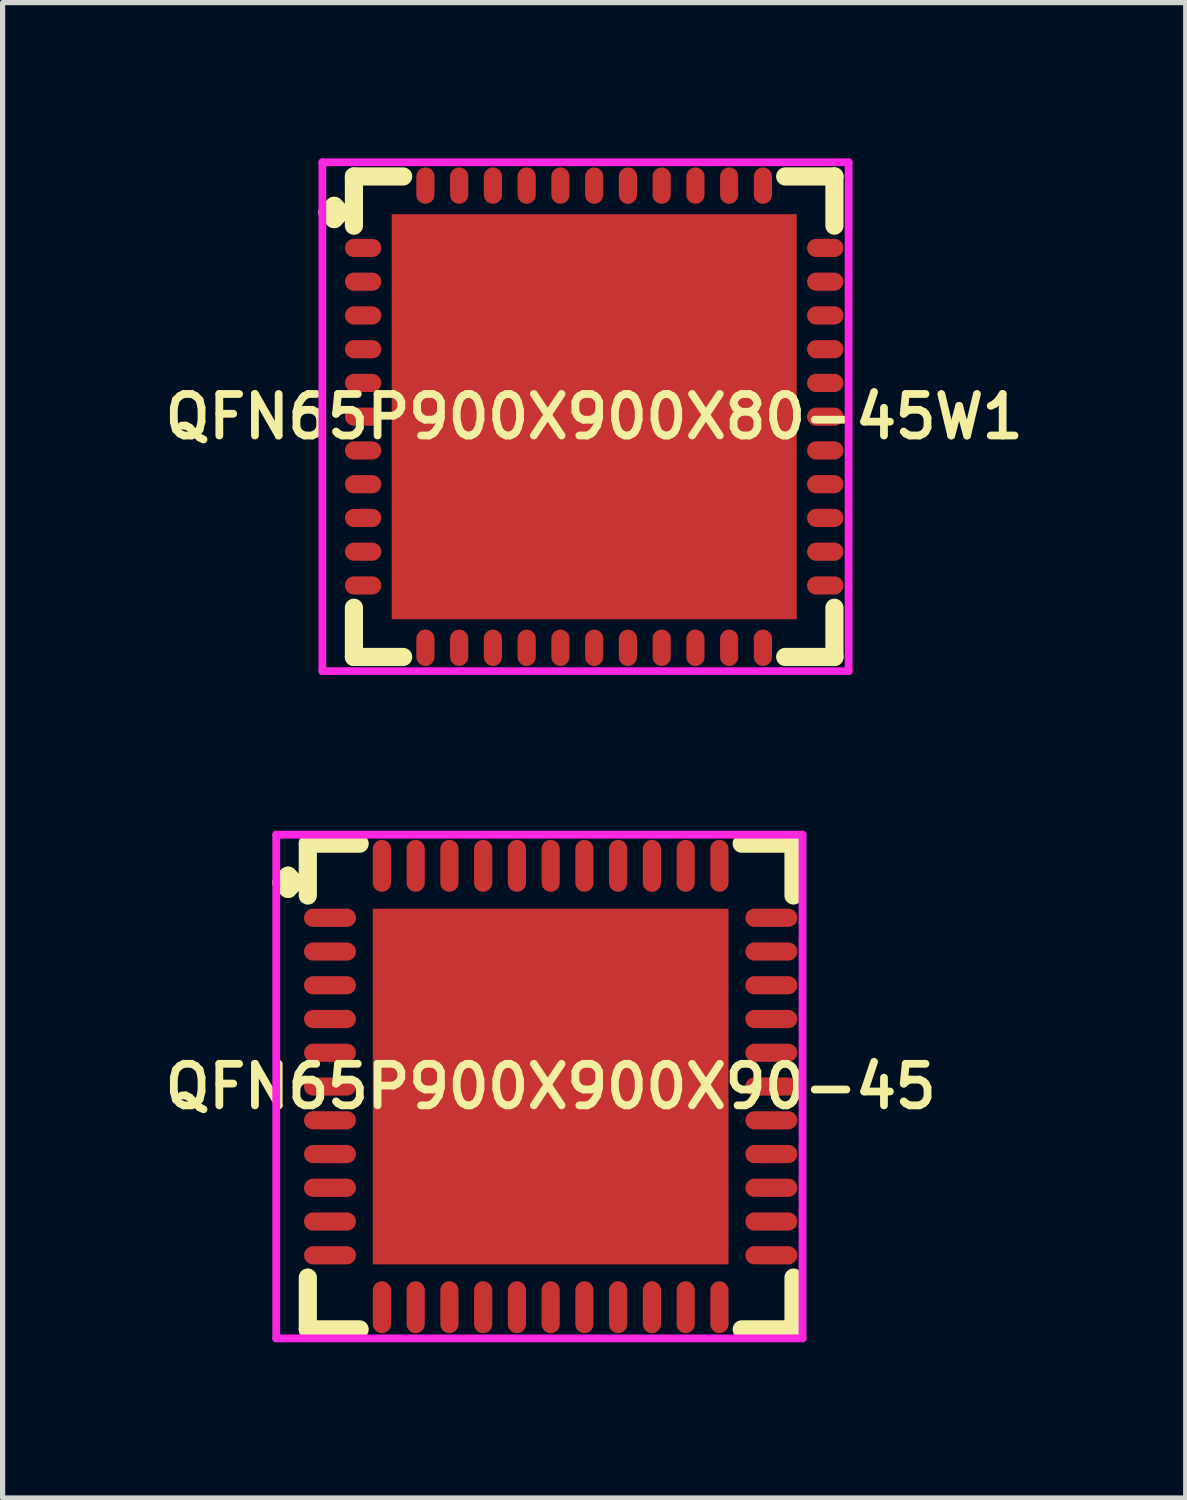
<source format=kicad_pcb>
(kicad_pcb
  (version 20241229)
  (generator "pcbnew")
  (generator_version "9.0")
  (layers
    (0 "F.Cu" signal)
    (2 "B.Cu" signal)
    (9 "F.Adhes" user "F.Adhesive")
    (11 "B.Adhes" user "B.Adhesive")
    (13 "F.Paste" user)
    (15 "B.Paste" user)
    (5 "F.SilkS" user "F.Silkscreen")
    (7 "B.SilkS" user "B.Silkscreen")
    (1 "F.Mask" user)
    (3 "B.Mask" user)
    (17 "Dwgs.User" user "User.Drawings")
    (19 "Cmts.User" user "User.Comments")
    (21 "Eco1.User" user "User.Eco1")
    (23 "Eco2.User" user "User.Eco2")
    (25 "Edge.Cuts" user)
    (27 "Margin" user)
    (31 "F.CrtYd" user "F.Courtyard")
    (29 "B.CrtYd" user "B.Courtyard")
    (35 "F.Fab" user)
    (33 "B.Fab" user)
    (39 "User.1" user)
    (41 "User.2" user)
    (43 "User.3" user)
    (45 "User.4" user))
  (footprint "QFN65P900X900X80-45W1"
    (layer "F.Cu")
    (at 8.393 4.975)
    (property "Reference" "QFN65P900X900X80-45W1" (at 0 0 0) (layer "F.SilkS") (effects (font (size 0.8 0.8) (thickness 0.15))))
    (attr smd)
    (fp_line (start -5.135 -3.933) (end -5.008 -4.06) (stroke (width 0.35) (type solid)) (layer "F.SilkS"))
    (fp_line (start -5.008 -4.06) (end -4.881 -3.933) (stroke (width 0.35) (type solid)) (layer "F.SilkS"))
    (fp_line (start -5.008 -3.806) (end -5.135 -3.933) (stroke (width 0.35) (type solid)) (layer "F.SilkS"))
    (fp_line (start -4.881 -3.933) (end -5.008 -3.806) (stroke (width 0.35) (type solid)) (layer "F.SilkS"))
    (fp_line (start -4.627 -4.627) (end -3.679 -4.627) (stroke (width 0.35) (type solid)) (layer "F.SilkS"))
    (fp_line (start -4.627 -3.679) (end -4.627 -4.627) (stroke (width 0.35) (type solid)) (layer "F.SilkS"))
    (fp_line (start -4.627 3.679) (end -4.627 4.627) (stroke (width 0.35) (type solid)) (layer "F.SilkS"))
    (fp_line (start -4.627 4.627) (end -3.679 4.627) (stroke (width 0.35) (type solid)) (layer "F.SilkS"))
    (fp_line (start 3.679 -4.627) (end 4.627 -4.627) (stroke (width 0.35) (type solid)) (layer "F.SilkS"))
    (fp_line (start 3.679 4.627) (end 4.627 4.627) (stroke (width 0.35) (type solid)) (layer "F.SilkS"))
    (fp_line (start 4.627 -4.627) (end 4.627 -3.679) (stroke (width 0.35) (type solid)) (layer "F.SilkS"))
    (fp_line (start 4.627 4.627) (end 4.627 3.679) (stroke (width 0.35) (type solid)) (layer "F.SilkS"))
    (fp_line (start -5.235 -4.9) (end 4.9 -4.9) (stroke (width 0.15) (type solid)) (layer "F.CrtYd"))
    (fp_line (start -5.235 4.9) (end -5.235 -4.9) (stroke (width 0.15) (type solid)) (layer "F.CrtYd"))
    (fp_line (start 4.9 -4.9) (end 4.9 4.9) (stroke (width 0.15) (type solid)) (layer "F.CrtYd"))
    (fp_line (start 4.9 4.9) (end -5.235 4.9) (stroke (width 0.15) (type solid)) (layer "F.CrtYd"))
    (pad "1" smd oval (at -4.45 -3.25) (size 0.7 0.35) (layers "F.Cu" "F.Mask" "F.Paste"))
    (pad "2" smd oval (at -4.45 -2.6) (size 0.7 0.35) (layers "F.Cu" "F.Mask" "F.Paste"))
    (pad "3" smd oval (at -4.45 -1.95) (size 0.7 0.35) (layers "F.Cu" "F.Mask" "F.Paste"))
    (pad "4" smd oval (at -4.45 -1.3) (size 0.7 0.35) (layers "F.Cu" "F.Mask" "F.Paste"))
    (pad "5" smd oval (at -4.45 -0.65) (size 0.7 0.35) (layers "F.Cu" "F.Mask" "F.Paste"))
    (pad "6" smd oval (at -4.45 0) (size 0.7 0.35) (layers "F.Cu" "F.Mask" "F.Paste"))
    (pad "7" smd oval (at -4.45 0.65) (size 0.7 0.35) (layers "F.Cu" "F.Mask" "F.Paste"))
    (pad "8" smd oval (at -4.45 1.3) (size 0.7 0.35) (layers "F.Cu" "F.Mask" "F.Paste"))
    (pad "9" smd oval (at -4.45 1.95) (size 0.7 0.35) (layers "F.Cu" "F.Mask" "F.Paste"))
    (pad "10" smd oval (at -4.45 2.6) (size 0.7 0.35) (layers "F.Cu" "F.Mask" "F.Paste"))
    (pad "11" smd oval (at -4.45 3.25) (size 0.7 0.35) (layers "F.Cu" "F.Mask" "F.Paste"))
    (pad "12" smd oval (at -3.25 4.45) (size 0.35 0.7) (layers "F.Cu" "F.Mask" "F.Paste"))
    (pad "13" smd oval (at -2.6 4.45) (size 0.35 0.7) (layers "F.Cu" "F.Mask" "F.Paste"))
    (pad "14" smd oval (at -1.95 4.45) (size 0.35 0.7) (layers "F.Cu" "F.Mask" "F.Paste"))
    (pad "15" smd oval (at -1.3 4.45) (size 0.35 0.7) (layers "F.Cu" "F.Mask" "F.Paste"))
    (pad "16" smd oval (at -0.65 4.45) (size 0.35 0.7) (layers "F.Cu" "F.Mask" "F.Paste"))
    (pad "17" smd oval (at 0 4.45) (size 0.35 0.7) (layers "F.Cu" "F.Mask" "F.Paste"))
    (pad "18" smd oval (at 0.65 4.45) (size 0.35 0.7) (layers "F.Cu" "F.Mask" "F.Paste"))
    (pad "19" smd oval (at 1.3 4.45) (size 0.35 0.7) (layers "F.Cu" "F.Mask" "F.Paste"))
    (pad "20" smd oval (at 1.95 4.45) (size 0.35 0.7) (layers "F.Cu" "F.Mask" "F.Paste"))
    (pad "21" smd oval (at 2.6 4.45) (size 0.35 0.7) (layers "F.Cu" "F.Mask" "F.Paste"))
    (pad "22" smd oval (at 3.25 4.45) (size 0.35 0.7) (layers "F.Cu" "F.Mask" "F.Paste"))
    (pad "23" smd oval (at 4.45 3.25) (size 0.7 0.35) (layers "F.Cu" "F.Mask" "F.Paste"))
    (pad "24" smd oval (at 4.45 2.6) (size 0.7 0.35) (layers "F.Cu" "F.Mask" "F.Paste"))
    (pad "25" smd oval (at 4.45 1.95) (size 0.7 0.35) (layers "F.Cu" "F.Mask" "F.Paste"))
    (pad "26" smd oval (at 4.45 1.3) (size 0.7 0.35) (layers "F.Cu" "F.Mask" "F.Paste"))
    (pad "27" smd oval (at 4.45 0.65) (size 0.7 0.35) (layers "F.Cu" "F.Mask" "F.Paste"))
    (pad "28" smd oval (at 4.45 0) (size 0.7 0.35) (layers "F.Cu" "F.Mask" "F.Paste"))
    (pad "29" smd oval (at 4.45 -0.65) (size 0.7 0.35) (layers "F.Cu" "F.Mask" "F.Paste"))
    (pad "30" smd oval (at 4.45 -1.3) (size 0.7 0.35) (layers "F.Cu" "F.Mask" "F.Paste"))
    (pad "31" smd oval (at 4.45 -1.95) (size 0.7 0.35) (layers "F.Cu" "F.Mask" "F.Paste"))
    (pad "32" smd oval (at 4.45 -2.6) (size 0.7 0.35) (layers "F.Cu" "F.Mask" "F.Paste"))
    (pad "33" smd oval (at 4.45 -3.25) (size 0.7 0.35) (layers "F.Cu" "F.Mask" "F.Paste"))
    (pad "34" smd oval (at 3.25 -4.45) (size 0.35 0.7) (layers "F.Cu" "F.Mask" "F.Paste"))
    (pad "35" smd oval (at 2.6 -4.45) (size 0.35 0.7) (layers "F.Cu" "F.Mask" "F.Paste"))
    (pad "36" smd oval (at 1.95 -4.45) (size 0.35 0.7) (layers "F.Cu" "F.Mask" "F.Paste"))
    (pad "37" smd oval (at 1.3 -4.45) (size 0.35 0.7) (layers "F.Cu" "F.Mask" "F.Paste"))
    (pad "38" smd oval (at 0.65 -4.45) (size 0.35 0.7) (layers "F.Cu" "F.Mask" "F.Paste"))
    (pad "39" smd oval (at 0 -4.45) (size 0.35 0.7) (layers "F.Cu" "F.Mask" "F.Paste"))
    (pad "40" smd oval (at -0.65 -4.45) (size 0.35 0.7) (layers "F.Cu" "F.Mask" "F.Paste"))
    (pad "41" smd oval (at -1.3 -4.45) (size 0.35 0.7) (layers "F.Cu" "F.Mask" "F.Paste"))
    (pad "42" smd oval (at -1.95 -4.45) (size 0.35 0.7) (layers "F.Cu" "F.Mask" "F.Paste"))
    (pad "43" smd oval (at -2.6 -4.45) (size 0.35 0.7) (layers "F.Cu" "F.Mask" "F.Paste"))
    (pad "44" smd oval (at -3.25 -4.45) (size 0.35 0.7) (layers "F.Cu" "F.Mask" "F.Paste"))
    (pad "45" smd rect (at 0 0) (size 7.8 7.8) (layers "F.Cu" "F.Mask" "F.Paste")))
  (footprint "QFN65P900X900X90-45"
    (layer "F.Cu")
    (at 7.555 17.875)
    (property "Reference" "QFN65P900X900X90-45" (at 0 0 0) (layer "F.SilkS") (effects (font (size 0.8 0.8) (thickness 0.15))))
    (attr smd)
    (fp_line (start -5.185 -3.933) (end -5.058 -4.06) (stroke (width 0.35) (type solid)) (layer "F.SilkS"))
    (fp_line (start -5.058 -4.06) (end -4.931 -3.933) (stroke (width 0.35) (type solid)) (layer "F.SilkS"))
    (fp_line (start -5.058 -3.806) (end -5.185 -3.933) (stroke (width 0.35) (type solid)) (layer "F.SilkS"))
    (fp_line (start -4.931 -3.933) (end -5.058 -3.806) (stroke (width 0.35) (type solid)) (layer "F.SilkS"))
    (fp_line (start -4.677 -4.677) (end -3.679 -4.677) (stroke (width 0.35) (type solid)) (layer "F.SilkS"))
    (fp_line (start -4.677 -3.679) (end -4.677 -4.677) (stroke (width 0.35) (type solid)) (layer "F.SilkS"))
    (fp_line (start -4.677 3.679) (end -4.677 4.677) (stroke (width 0.35) (type solid)) (layer "F.SilkS"))
    (fp_line (start -4.677 4.677) (end -3.679 4.677) (stroke (width 0.35) (type solid)) (layer "F.SilkS"))
    (fp_line (start 3.679 -4.677) (end 4.677 -4.677) (stroke (width 0.35) (type solid)) (layer "F.SilkS"))
    (fp_line (start 3.679 4.677) (end 4.677 4.677) (stroke (width 0.35) (type solid)) (layer "F.SilkS"))
    (fp_line (start 4.677 -4.677) (end 4.677 -3.679) (stroke (width 0.35) (type solid)) (layer "F.SilkS"))
    (fp_line (start 4.677 4.677) (end 4.677 3.679) (stroke (width 0.35) (type solid)) (layer "F.SilkS"))
    (fp_line (start -5.285 -4.85) (end 4.85 -4.85) (stroke (width 0.15) (type solid)) (layer "F.CrtYd"))
    (fp_line (start -5.285 4.85) (end -5.285 -4.85) (stroke (width 0.15) (type solid)) (layer "F.CrtYd"))
    (fp_line (start 4.85 -4.85) (end 4.85 4.85) (stroke (width 0.15) (type solid)) (layer "F.CrtYd"))
    (fp_line (start 4.85 4.85) (end -5.285 4.85) (stroke (width 0.15) (type solid)) (layer "F.CrtYd"))
    (pad "1" smd oval (at -4.25 -3.25) (size 1 0.35) (layers "F.Cu" "F.Mask" "F.Paste"))
    (pad "2" smd oval (at -4.25 -2.6) (size 1 0.35) (layers "F.Cu" "F.Mask" "F.Paste"))
    (pad "3" smd oval (at -4.25 -1.95) (size 1 0.35) (layers "F.Cu" "F.Mask" "F.Paste"))
    (pad "4" smd oval (at -4.25 -1.3) (size 1 0.35) (layers "F.Cu" "F.Mask" "F.Paste"))
    (pad "5" smd oval (at -4.25 -0.65) (size 1 0.35) (layers "F.Cu" "F.Mask" "F.Paste"))
    (pad "6" smd oval (at -4.25 0) (size 1 0.35) (layers "F.Cu" "F.Mask" "F.Paste"))
    (pad "7" smd oval (at -4.25 0.65) (size 1 0.35) (layers "F.Cu" "F.Mask" "F.Paste"))
    (pad "8" smd oval (at -4.25 1.3) (size 1 0.35) (layers "F.Cu" "F.Mask" "F.Paste"))
    (pad "9" smd oval (at -4.25 1.95) (size 1 0.35) (layers "F.Cu" "F.Mask" "F.Paste"))
    (pad "10" smd oval (at -4.25 2.6) (size 1 0.35) (layers "F.Cu" "F.Mask" "F.Paste"))
    (pad "11" smd oval (at -4.25 3.25) (size 1 0.35) (layers "F.Cu" "F.Mask" "F.Paste"))
    (pad "12" smd oval (at -3.25 4.25) (size 0.35 1) (layers "F.Cu" "F.Mask" "F.Paste"))
    (pad "13" smd oval (at -2.6 4.25) (size 0.35 1) (layers "F.Cu" "F.Mask" "F.Paste"))
    (pad "14" smd oval (at -1.95 4.25) (size 0.35 1) (layers "F.Cu" "F.Mask" "F.Paste"))
    (pad "15" smd oval (at -1.3 4.25) (size 0.35 1) (layers "F.Cu" "F.Mask" "F.Paste"))
    (pad "16" smd oval (at -0.65 4.25) (size 0.35 1) (layers "F.Cu" "F.Mask" "F.Paste"))
    (pad "17" smd oval (at 0 4.25) (size 0.35 1) (layers "F.Cu" "F.Mask" "F.Paste"))
    (pad "18" smd oval (at 0.65 4.25) (size 0.35 1) (layers "F.Cu" "F.Mask" "F.Paste"))
    (pad "19" smd oval (at 1.3 4.25) (size 0.35 1) (layers "F.Cu" "F.Mask" "F.Paste"))
    (pad "20" smd oval (at 1.95 4.25) (size 0.35 1) (layers "F.Cu" "F.Mask" "F.Paste"))
    (pad "21" smd oval (at 2.6 4.25) (size 0.35 1) (layers "F.Cu" "F.Mask" "F.Paste"))
    (pad "22" smd oval (at 3.25 4.25) (size 0.35 1) (layers "F.Cu" "F.Mask" "F.Paste"))
    (pad "23" smd oval (at 4.25 3.25) (size 1 0.35) (layers "F.Cu" "F.Mask" "F.Paste"))
    (pad "24" smd oval (at 4.25 2.6) (size 1 0.35) (layers "F.Cu" "F.Mask" "F.Paste"))
    (pad "25" smd oval (at 4.25 1.95) (size 1 0.35) (layers "F.Cu" "F.Mask" "F.Paste"))
    (pad "26" smd oval (at 4.25 1.3) (size 1 0.35) (layers "F.Cu" "F.Mask" "F.Paste"))
    (pad "27" smd oval (at 4.25 0.65) (size 1 0.35) (layers "F.Cu" "F.Mask" "F.Paste"))
    (pad "28" smd oval (at 4.25 0) (size 1 0.35) (layers "F.Cu" "F.Mask" "F.Paste"))
    (pad "29" smd oval (at 4.25 -0.65) (size 1 0.35) (layers "F.Cu" "F.Mask" "F.Paste"))
    (pad "30" smd oval (at 4.25 -1.3) (size 1 0.35) (layers "F.Cu" "F.Mask" "F.Paste"))
    (pad "31" smd oval (at 4.25 -1.95) (size 1 0.35) (layers "F.Cu" "F.Mask" "F.Paste"))
    (pad "32" smd oval (at 4.25 -2.6) (size 1 0.35) (layers "F.Cu" "F.Mask" "F.Paste"))
    (pad "33" smd oval (at 4.25 -3.25) (size 1 0.35) (layers "F.Cu" "F.Mask" "F.Paste"))
    (pad "34" smd oval (at 3.25 -4.25) (size 0.35 1) (layers "F.Cu" "F.Mask" "F.Paste"))
    (pad "35" smd oval (at 2.6 -4.25) (size 0.35 1) (layers "F.Cu" "F.Mask" "F.Paste"))
    (pad "36" smd oval (at 1.95 -4.25) (size 0.35 1) (layers "F.Cu" "F.Mask" "F.Paste"))
    (pad "37" smd oval (at 1.3 -4.25) (size 0.35 1) (layers "F.Cu" "F.Mask" "F.Paste"))
    (pad "38" smd oval (at 0.65 -4.25) (size 0.35 1) (layers "F.Cu" "F.Mask" "F.Paste"))
    (pad "39" smd oval (at 0 -4.25) (size 0.35 1) (layers "F.Cu" "F.Mask" "F.Paste"))
    (pad "40" smd oval (at -0.65 -4.25) (size 0.35 1) (layers "F.Cu" "F.Mask" "F.Paste"))
    (pad "41" smd oval (at -1.3 -4.25) (size 0.35 1) (layers "F.Cu" "F.Mask" "F.Paste"))
    (pad "42" smd oval (at -1.95 -4.25) (size 0.35 1) (layers "F.Cu" "F.Mask" "F.Paste"))
    (pad "43" smd oval (at -2.6 -4.25) (size 0.35 1) (layers "F.Cu" "F.Mask" "F.Paste"))
    (pad "44" smd oval (at -3.25 -4.25) (size 0.35 1) (layers "F.Cu" "F.Mask" "F.Paste"))
    (pad "45" smd rect (at 0 0) (size 6.85 6.85) (layers "F.Cu" "F.Mask" "F.Paste")))
  (gr_rect
    (start -3 -3)
    (end 19.785 25.8)
    (stroke (width 0.1) (type default))
    (fill no)
    (layer "Edge.Cuts")))
</source>
